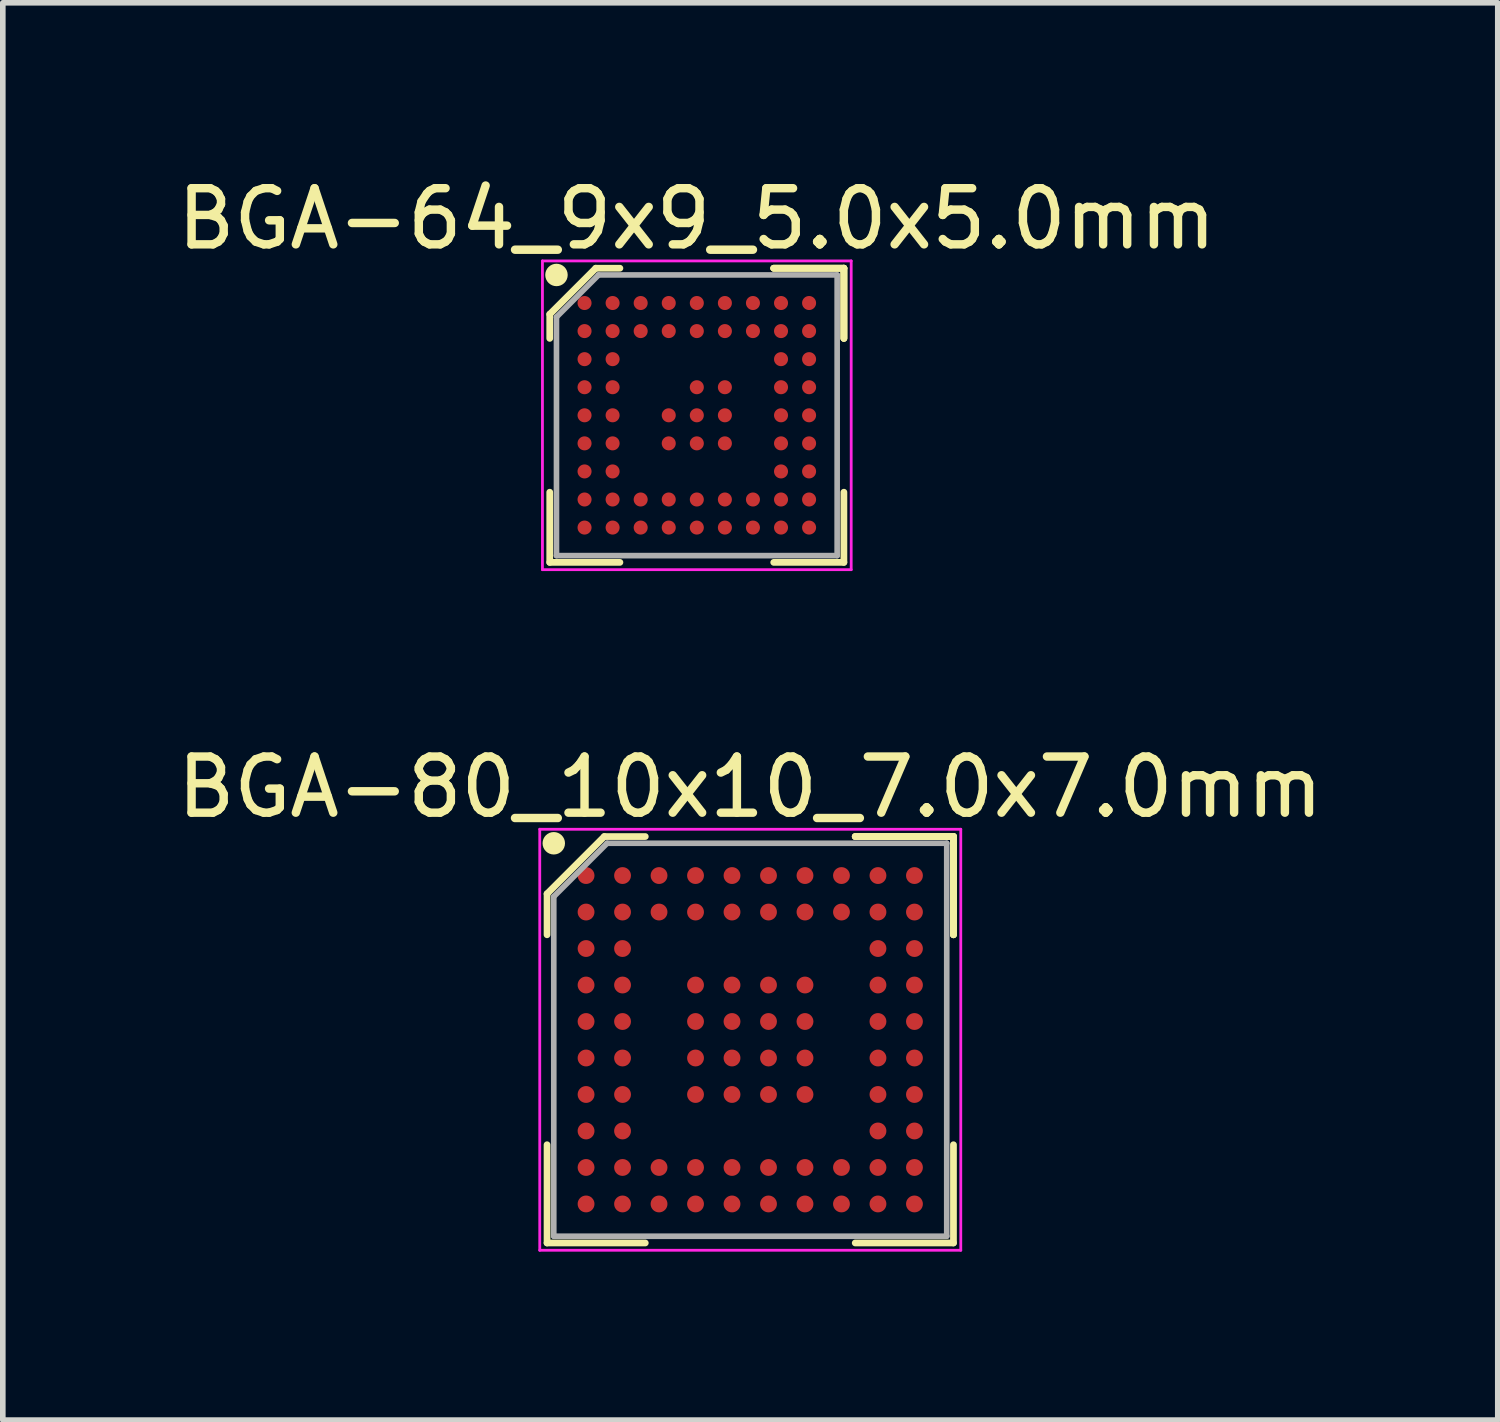
<source format=kicad_pcb>
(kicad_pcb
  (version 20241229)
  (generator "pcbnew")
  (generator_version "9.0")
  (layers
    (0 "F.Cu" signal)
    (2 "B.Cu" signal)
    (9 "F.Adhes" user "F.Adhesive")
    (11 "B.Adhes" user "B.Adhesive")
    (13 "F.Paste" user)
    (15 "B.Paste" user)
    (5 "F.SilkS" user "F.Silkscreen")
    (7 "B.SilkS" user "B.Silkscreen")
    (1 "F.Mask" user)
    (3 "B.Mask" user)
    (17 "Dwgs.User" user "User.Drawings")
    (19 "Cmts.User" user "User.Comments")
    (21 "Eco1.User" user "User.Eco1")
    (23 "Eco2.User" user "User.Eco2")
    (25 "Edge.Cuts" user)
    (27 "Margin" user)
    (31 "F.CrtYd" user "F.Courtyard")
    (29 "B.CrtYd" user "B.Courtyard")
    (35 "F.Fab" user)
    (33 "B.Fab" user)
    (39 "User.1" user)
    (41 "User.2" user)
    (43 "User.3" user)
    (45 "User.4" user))
  (footprint "BGA-64_9x9_5.0x5.0mm"
    (layer "F.Cu")
    (at 9.363 4.348)
    (property "Reference" "BGA-64_9x9_5.0x5.0mm" (at 0 -3.5 0) (layer "F.SilkS") (effects (font (size 1 1) (thickness 0.15))))
    (attr through_hole)
    (fp_line (start -2.62 -1.8) (end -2.62 -1.37) (stroke (width 0.12) (type solid)) (layer "F.SilkS"))
    (fp_line (start -2.62 2.62) (end -2.62 1.37) (stroke (width 0.12) (type solid)) (layer "F.SilkS"))
    (fp_line (start -1.8 -2.62) (end -2.62 -1.8) (stroke (width 0.12) (type solid)) (layer "F.SilkS"))
    (fp_line (start -1.37 -2.62) (end -1.8 -2.62) (stroke (width 0.12) (type solid)) (layer "F.SilkS"))
    (fp_line (start -1.37 2.62) (end -2.62 2.62) (stroke (width 0.12) (type solid)) (layer "F.SilkS"))
    (fp_line (start 1.37 -2.62) (end 2.62 -2.62) (stroke (width 0.12) (type solid)) (layer "F.SilkS"))
    (fp_line (start 1.37 -2.62) (end 2.62 -2.62) (stroke (width 0.12) (type solid)) (layer "F.SilkS"))
    (fp_line (start 1.37 -2.62) (end 2.62 -2.62) (stroke (width 0.12) (type solid)) (layer "F.SilkS"))
    (fp_line (start 1.37 2.62) (end 2.62 2.62) (stroke (width 0.12) (type solid)) (layer "F.SilkS"))
    (fp_line (start 2.62 -2.62) (end 2.62 -1.37) (stroke (width 0.12) (type solid)) (layer "F.SilkS"))
    (fp_line (start 2.62 -2.62) (end 2.62 -1.37) (stroke (width 0.12) (type solid)) (layer "F.SilkS"))
    (fp_line (start 2.62 -2.62) (end 2.62 -1.37) (stroke (width 0.12) (type solid)) (layer "F.SilkS"))
    (fp_line (start 2.62 2.62) (end 2.62 1.37) (stroke (width 0.12) (type solid)) (layer "F.SilkS"))
    (fp_circle (center -2.5 -2.5) (end -2.5 -2.4) (stroke (width 0.2) (type solid)) (fill no) (layer "F.SilkS"))
    (fp_line (start -2.75 -2.75) (end 2.75 -2.75) (stroke (width 0.05) (type solid)) (layer "F.CrtYd"))
    (fp_line (start -2.75 2.75) (end -2.75 -2.75) (stroke (width 0.05) (type solid)) (layer "F.CrtYd"))
    (fp_line (start 2.75 -2.75) (end 2.75 2.75) (stroke (width 0.05) (type solid)) (layer "F.CrtYd"))
    (fp_line (start 2.75 2.75) (end -2.75 2.75) (stroke (width 0.05) (type solid)) (layer "F.CrtYd"))
    (fp_line (start -2.5 -1.75) (end -2.5 2.5) (stroke (width 0.1) (type solid)) (layer "F.Fab"))
    (fp_line (start -2.5 2.5) (end 2.5 2.5) (stroke (width 0.1) (type solid)) (layer "F.Fab"))
    (fp_line (start -1.75 -2.5) (end -2.5 -1.75) (stroke (width 0.1) (type solid)) (layer "F.Fab"))
    (fp_line (start 2.5 -2.5) (end -1.75 -2.5) (stroke (width 0.1) (type solid)) (layer "F.Fab"))
    (fp_line (start 2.5 2.5) (end 2.5 -2.5) (stroke (width 0.1) (type solid)) (layer "F.Fab"))
    (pad "A1" smd circle (at -2 -2) (size 0.25 0.25) (layers "F.Cu" "F.Mask" "F.Paste"))
    (pad "A2" smd circle (at -1.5 -2) (size 0.25 0.25) (layers "F.Cu" "F.Mask" "F.Paste"))
    (pad "A3" smd circle (at -1 -2) (size 0.25 0.25) (layers "F.Cu" "F.Mask" "F.Paste"))
    (pad "A4" smd circle (at -0.5 -2) (size 0.25 0.25) (layers "F.Cu" "F.Mask" "F.Paste"))
    (pad "A5" smd circle (at 0 -2) (size 0.25 0.25) (layers "F.Cu" "F.Mask" "F.Paste"))
    (pad "A6" smd circle (at 0.5 -2) (size 0.25 0.25) (layers "F.Cu" "F.Mask" "F.Paste"))
    (pad "A7" smd circle (at 1 -2) (size 0.25 0.25) (layers "F.Cu" "F.Mask" "F.Paste"))
    (pad "A8" smd circle (at 1.5 -2) (size 0.25 0.25) (layers "F.Cu" "F.Mask" "F.Paste"))
    (pad "A9" smd circle (at 2 -2) (size 0.25 0.25) (layers "F.Cu" "F.Mask" "F.Paste"))
    (pad "B1" smd circle (at -2 -1.5) (size 0.25 0.25) (layers "F.Cu" "F.Mask" "F.Paste"))
    (pad "B2" smd circle (at -1.5 -1.5) (size 0.25 0.25) (layers "F.Cu" "F.Mask" "F.Paste"))
    (pad "B3" smd circle (at -1 -1.5) (size 0.25 0.25) (layers "F.Cu" "F.Mask" "F.Paste"))
    (pad "B4" smd circle (at -0.5 -1.5) (size 0.25 0.25) (layers "F.Cu" "F.Mask" "F.Paste"))
    (pad "B5" smd circle (at 0 -1.5) (size 0.25 0.25) (layers "F.Cu" "F.Mask" "F.Paste"))
    (pad "B6" smd circle (at 0.5 -1.5) (size 0.25 0.25) (layers "F.Cu" "F.Mask" "F.Paste"))
    (pad "B7" smd circle (at 1 -1.5) (size 0.25 0.25) (layers "F.Cu" "F.Mask" "F.Paste"))
    (pad "B8" smd circle (at 1.5 -1.5) (size 0.25 0.25) (layers "F.Cu" "F.Mask" "F.Paste"))
    (pad "B9" smd circle (at 2 -1.5) (size 0.25 0.25) (layers "F.Cu" "F.Mask" "F.Paste"))
    (pad "C1" smd circle (at -2 -1) (size 0.25 0.25) (layers "F.Cu" "F.Mask" "F.Paste"))
    (pad "C2" smd circle (at -1.5 -1) (size 0.25 0.25) (layers "F.Cu" "F.Mask" "F.Paste"))
    (pad "C8" smd circle (at 1.5 -1) (size 0.25 0.25) (layers "F.Cu" "F.Mask" "F.Paste"))
    (pad "C9" smd circle (at 2 -1) (size 0.25 0.25) (layers "F.Cu" "F.Mask" "F.Paste"))
    (pad "D1" smd circle (at -2 -0.5) (size 0.25 0.25) (layers "F.Cu" "F.Mask" "F.Paste"))
    (pad "D2" smd circle (at -1.5 -0.5) (size 0.25 0.25) (layers "F.Cu" "F.Mask" "F.Paste"))
    (pad "D5" smd circle (at 0 -0.5) (size 0.25 0.25) (layers "F.Cu" "F.Mask" "F.Paste"))
    (pad "D6" smd circle (at 0.5 -0.5) (size 0.25 0.25) (layers "F.Cu" "F.Mask" "F.Paste"))
    (pad "D8" smd circle (at 1.5 -0.5) (size 0.25 0.25) (layers "F.Cu" "F.Mask" "F.Paste"))
    (pad "D9" smd circle (at 2 -0.5) (size 0.25 0.25) (layers "F.Cu" "F.Mask" "F.Paste"))
    (pad "E1" smd circle (at -2 0) (size 0.25 0.25) (layers "F.Cu" "F.Mask" "F.Paste"))
    (pad "E2" smd circle (at -1.5 0) (size 0.25 0.25) (layers "F.Cu" "F.Mask" "F.Paste"))
    (pad "E4" smd circle (at -0.5 0) (size 0.25 0.25) (layers "F.Cu" "F.Mask" "F.Paste"))
    (pad "E5" smd circle (at 0 0) (size 0.25 0.25) (layers "F.Cu" "F.Mask" "F.Paste"))
    (pad "E6" smd circle (at 0.5 0) (size 0.25 0.25) (layers "F.Cu" "F.Mask" "F.Paste"))
    (pad "E8" smd circle (at 1.5 0) (size 0.25 0.25) (layers "F.Cu" "F.Mask" "F.Paste"))
    (pad "E9" smd circle (at 2 0) (size 0.25 0.25) (layers "F.Cu" "F.Mask" "F.Paste"))
    (pad "F1" smd circle (at -2 0.5) (size 0.25 0.25) (layers "F.Cu" "F.Mask" "F.Paste"))
    (pad "F2" smd circle (at -1.5 0.5) (size 0.25 0.25) (layers "F.Cu" "F.Mask" "F.Paste"))
    (pad "F4" smd circle (at -0.5 0.5) (size 0.25 0.25) (layers "F.Cu" "F.Mask" "F.Paste"))
    (pad "F5" smd circle (at 0 0.5) (size 0.25 0.25) (layers "F.Cu" "F.Mask" "F.Paste"))
    (pad "F6" smd circle (at 0.5 0.5) (size 0.25 0.25) (layers "F.Cu" "F.Mask" "F.Paste"))
    (pad "F8" smd circle (at 1.5 0.5) (size 0.25 0.25) (layers "F.Cu" "F.Mask" "F.Paste"))
    (pad "F9" smd circle (at 2 0.5) (size 0.25 0.25) (layers "F.Cu" "F.Mask" "F.Paste"))
    (pad "G1" smd circle (at -2 1) (size 0.25 0.25) (layers "F.Cu" "F.Mask" "F.Paste"))
    (pad "G2" smd circle (at -1.5 1) (size 0.25 0.25) (layers "F.Cu" "F.Mask" "F.Paste"))
    (pad "G8" smd circle (at 1.5 1) (size 0.25 0.25) (layers "F.Cu" "F.Mask" "F.Paste"))
    (pad "G9" smd circle (at 2 1) (size 0.25 0.25) (layers "F.Cu" "F.Mask" "F.Paste"))
    (pad "H1" smd circle (at -2 1.5) (size 0.25 0.25) (layers "F.Cu" "F.Mask" "F.Paste"))
    (pad "H2" smd circle (at -1.5 1.5) (size 0.25 0.25) (layers "F.Cu" "F.Mask" "F.Paste"))
    (pad "H3" smd circle (at -1 1.5) (size 0.25 0.25) (layers "F.Cu" "F.Mask" "F.Paste"))
    (pad "H4" smd circle (at -0.5 1.5) (size 0.25 0.25) (layers "F.Cu" "F.Mask" "F.Paste"))
    (pad "H5" smd circle (at 0 1.5) (size 0.25 0.25) (layers "F.Cu" "F.Mask" "F.Paste"))
    (pad "H6" smd circle (at 0.5 1.5) (size 0.25 0.25) (layers "F.Cu" "F.Mask" "F.Paste"))
    (pad "H7" smd circle (at 1 1.5) (size 0.25 0.25) (layers "F.Cu" "F.Mask" "F.Paste"))
    (pad "H8" smd circle (at 1.5 1.5) (size 0.25 0.25) (layers "F.Cu" "F.Mask" "F.Paste"))
    (pad "H9" smd circle (at 2 1.5) (size 0.25 0.25) (layers "F.Cu" "F.Mask" "F.Paste"))
    (pad "J1" smd circle (at -2 2) (size 0.25 0.25) (layers "F.Cu" "F.Mask" "F.Paste"))
    (pad "J2" smd circle (at -1.5 2) (size 0.25 0.25) (layers "F.Cu" "F.Mask" "F.Paste"))
    (pad "J3" smd circle (at -1 2) (size 0.25 0.25) (layers "F.Cu" "F.Mask" "F.Paste"))
    (pad "J4" smd circle (at -0.5 2) (size 0.25 0.25) (layers "F.Cu" "F.Mask" "F.Paste"))
    (pad "J5" smd circle (at 0 2) (size 0.25 0.25) (layers "F.Cu" "F.Mask" "F.Paste"))
    (pad "J6" smd circle (at 0.5 2) (size 0.25 0.25) (layers "F.Cu" "F.Mask" "F.Paste"))
    (pad "J7" smd circle (at 1 2) (size 0.25 0.25) (layers "F.Cu" "F.Mask" "F.Paste"))
    (pad "J8" smd circle (at 1.5 2) (size 0.25 0.25) (layers "F.Cu" "F.Mask" "F.Paste"))
    (pad "J9" smd circle (at 2 2) (size 0.25 0.25) (layers "F.Cu" "F.Mask" "F.Paste")))
  (footprint "BGA-80_10x10_7.0x7.0mm"
    (layer "F.Cu")
    (at 10.315 15.472)
    (property "Reference" "BGA-80_10x10_7.0x7.0mm" (at 0 -4.5 0) (layer "F.SilkS") (effects (font (size 1 1) (thickness 0.15))))
    (attr smd)
    (fp_line (start -3.62 -2.6) (end -3.62 -1.87) (stroke (width 0.12) (type solid)) (layer "F.SilkS"))
    (fp_line (start -3.62 3.62) (end -3.62 1.87) (stroke (width 0.12) (type solid)) (layer "F.SilkS"))
    (fp_line (start -2.6 -3.62) (end -3.62 -2.6) (stroke (width 0.12) (type solid)) (layer "F.SilkS"))
    (fp_line (start -1.87 -3.62) (end -2.6 -3.62) (stroke (width 0.12) (type solid)) (layer "F.SilkS"))
    (fp_line (start -1.87 3.62) (end -3.62 3.62) (stroke (width 0.12) (type solid)) (layer "F.SilkS"))
    (fp_line (start 1.87 -3.62) (end 3.62 -3.62) (stroke (width 0.12) (type solid)) (layer "F.SilkS"))
    (fp_line (start 1.87 -3.62) (end 3.62 -3.62) (stroke (width 0.12) (type solid)) (layer "F.SilkS"))
    (fp_line (start 1.87 -3.62) (end 3.62 -3.62) (stroke (width 0.12) (type solid)) (layer "F.SilkS"))
    (fp_line (start 1.87 3.62) (end 3.62 3.62) (stroke (width 0.12) (type solid)) (layer "F.SilkS"))
    (fp_line (start 3.62 -3.62) (end 3.62 -1.87) (stroke (width 0.12) (type solid)) (layer "F.SilkS"))
    (fp_line (start 3.62 -3.62) (end 3.62 -1.87) (stroke (width 0.12) (type solid)) (layer "F.SilkS"))
    (fp_line (start 3.62 -3.62) (end 3.62 -1.87) (stroke (width 0.12) (type solid)) (layer "F.SilkS"))
    (fp_line (start 3.62 3.62) (end 3.62 1.87) (stroke (width 0.12) (type solid)) (layer "F.SilkS"))
    (fp_circle (center -3.5 -3.5) (end -3.5 -3.4) (stroke (width 0.2) (type solid)) (fill no) (layer "F.SilkS"))
    (fp_line (start -3.75 -3.75) (end 3.75 -3.75) (stroke (width 0.05) (type solid)) (layer "F.CrtYd"))
    (fp_line (start -3.75 3.75) (end -3.75 -3.75) (stroke (width 0.05) (type solid)) (layer "F.CrtYd"))
    (fp_line (start 3.75 -3.75) (end 3.75 3.75) (stroke (width 0.05) (type solid)) (layer "F.CrtYd"))
    (fp_line (start 3.75 3.75) (end -3.75 3.75) (stroke (width 0.05) (type solid)) (layer "F.CrtYd"))
    (fp_line (start -3.5 -2.55) (end -3.5 3.5) (stroke (width 0.1) (type solid)) (layer "F.Fab"))
    (fp_line (start -3.5 3.5) (end 3.5 3.5) (stroke (width 0.1) (type solid)) (layer "F.Fab"))
    (fp_line (start -2.55 -3.5) (end -3.5 -2.55) (stroke (width 0.1) (type solid)) (layer "F.Fab"))
    (fp_line (start 3.5 -3.5) (end -2.55 -3.5) (stroke (width 0.1) (type solid)) (layer "F.Fab"))
    (fp_line (start 3.5 3.5) (end 3.5 -3.5) (stroke (width 0.1) (type solid)) (layer "F.Fab"))
    (pad "A1" smd circle (at -2.925 -2.925) (size 0.3 0.3) (layers "F.Cu" "F.Mask" "F.Paste"))
    (pad "A2" smd circle (at -2.275 -2.925) (size 0.3 0.3) (layers "F.Cu" "F.Mask" "F.Paste"))
    (pad "A3" smd circle (at -1.625 -2.925) (size 0.3 0.3) (layers "F.Cu" "F.Mask" "F.Paste"))
    (pad "A4" smd circle (at -0.975 -2.925) (size 0.3 0.3) (layers "F.Cu" "F.Mask" "F.Paste"))
    (pad "A5" smd circle (at -0.325 -2.925) (size 0.3 0.3) (layers "F.Cu" "F.Mask" "F.Paste"))
    (pad "A6" smd circle (at 0.325 -2.925) (size 0.3 0.3) (layers "F.Cu" "F.Mask" "F.Paste"))
    (pad "A7" smd circle (at 0.975 -2.925) (size 0.3 0.3) (layers "F.Cu" "F.Mask" "F.Paste"))
    (pad "A8" smd circle (at 1.625 -2.925) (size 0.3 0.3) (layers "F.Cu" "F.Mask" "F.Paste"))
    (pad "A9" smd circle (at 2.275 -2.925) (size 0.3 0.3) (layers "F.Cu" "F.Mask" "F.Paste"))
    (pad "A10" smd circle (at 2.925 -2.925) (size 0.3 0.3) (layers "F.Cu" "F.Mask" "F.Paste"))
    (pad "B1" smd circle (at -2.925 -2.275) (size 0.3 0.3) (layers "F.Cu" "F.Mask" "F.Paste"))
    (pad "B2" smd circle (at -2.275 -2.275) (size 0.3 0.3) (layers "F.Cu" "F.Mask" "F.Paste"))
    (pad "B3" smd circle (at -1.625 -2.275) (size 0.3 0.3) (layers "F.Cu" "F.Mask" "F.Paste"))
    (pad "B4" smd circle (at -0.975 -2.275) (size 0.3 0.3) (layers "F.Cu" "F.Mask" "F.Paste"))
    (pad "B5" smd circle (at -0.325 -2.275) (size 0.3 0.3) (layers "F.Cu" "F.Mask" "F.Paste"))
    (pad "B6" smd circle (at 0.325 -2.275) (size 0.3 0.3) (layers "F.Cu" "F.Mask" "F.Paste"))
    (pad "B7" smd circle (at 0.975 -2.275) (size 0.3 0.3) (layers "F.Cu" "F.Mask" "F.Paste"))
    (pad "B8" smd circle (at 1.625 -2.275) (size 0.3 0.3) (layers "F.Cu" "F.Mask" "F.Paste"))
    (pad "B9" smd circle (at 2.275 -2.275) (size 0.3 0.3) (layers "F.Cu" "F.Mask" "F.Paste"))
    (pad "B10" smd circle (at 2.925 -2.275) (size 0.3 0.3) (layers "F.Cu" "F.Mask" "F.Paste"))
    (pad "C1" smd circle (at -2.925 -1.625) (size 0.3 0.3) (layers "F.Cu" "F.Mask" "F.Paste"))
    (pad "C2" smd circle (at -2.275 -1.625) (size 0.3 0.3) (layers "F.Cu" "F.Mask" "F.Paste"))
    (pad "C9" smd circle (at 2.275 -1.625) (size 0.3 0.3) (layers "F.Cu" "F.Mask" "F.Paste"))
    (pad "C10" smd circle (at 2.925 -1.625) (size 0.3 0.3) (layers "F.Cu" "F.Mask" "F.Paste"))
    (pad "D1" smd circle (at -2.925 -0.975) (size 0.3 0.3) (layers "F.Cu" "F.Mask" "F.Paste"))
    (pad "D2" smd circle (at -2.275 -0.975) (size 0.3 0.3) (layers "F.Cu" "F.Mask" "F.Paste"))
    (pad "D4" smd circle (at -0.975 -0.975) (size 0.3 0.3) (layers "F.Cu" "F.Mask" "F.Paste"))
    (pad "D5" smd circle (at -0.325 -0.975) (size 0.3 0.3) (layers "F.Cu" "F.Mask" "F.Paste"))
    (pad "D6" smd circle (at 0.325 -0.975) (size 0.3 0.3) (layers "F.Cu" "F.Mask" "F.Paste"))
    (pad "D7" smd circle (at 0.975 -0.975) (size 0.3 0.3) (layers "F.Cu" "F.Mask" "F.Paste"))
    (pad "D9" smd circle (at 2.275 -0.975) (size 0.3 0.3) (layers "F.Cu" "F.Mask" "F.Paste"))
    (pad "D10" smd circle (at 2.925 -0.975) (size 0.3 0.3) (layers "F.Cu" "F.Mask" "F.Paste"))
    (pad "E1" smd circle (at -2.925 -0.325) (size 0.3 0.3) (layers "F.Cu" "F.Mask" "F.Paste"))
    (pad "E2" smd circle (at -2.275 -0.325) (size 0.3 0.3) (layers "F.Cu" "F.Mask" "F.Paste"))
    (pad "E4" smd circle (at -0.975 -0.325) (size 0.3 0.3) (layers "F.Cu" "F.Mask" "F.Paste"))
    (pad "E5" smd circle (at -0.325 -0.325) (size 0.3 0.3) (layers "F.Cu" "F.Mask" "F.Paste"))
    (pad "E6" smd circle (at 0.325 -0.325) (size 0.3 0.3) (layers "F.Cu" "F.Mask" "F.Paste"))
    (pad "E7" smd circle (at 0.975 -0.325) (size 0.3 0.3) (layers "F.Cu" "F.Mask" "F.Paste"))
    (pad "E9" smd circle (at 2.275 -0.325) (size 0.3 0.3) (layers "F.Cu" "F.Mask" "F.Paste"))
    (pad "E10" smd circle (at 2.925 -0.325) (size 0.3 0.3) (layers "F.Cu" "F.Mask" "F.Paste"))
    (pad "F1" smd circle (at -2.925 0.325) (size 0.3 0.3) (layers "F.Cu" "F.Mask" "F.Paste"))
    (pad "F2" smd circle (at -2.275 0.325) (size 0.3 0.3) (layers "F.Cu" "F.Mask" "F.Paste"))
    (pad "F4" smd circle (at -0.975 0.325) (size 0.3 0.3) (layers "F.Cu" "F.Mask" "F.Paste"))
    (pad "F5" smd circle (at -0.325 0.325) (size 0.3 0.3) (layers "F.Cu" "F.Mask" "F.Paste"))
    (pad "F6" smd circle (at 0.325 0.325) (size 0.3 0.3) (layers "F.Cu" "F.Mask" "F.Paste"))
    (pad "F7" smd circle (at 0.975 0.325) (size 0.3 0.3) (layers "F.Cu" "F.Mask" "F.Paste"))
    (pad "F9" smd circle (at 2.275 0.325) (size 0.3 0.3) (layers "F.Cu" "F.Mask" "F.Paste"))
    (pad "F10" smd circle (at 2.925 0.325) (size 0.3 0.3) (layers "F.Cu" "F.Mask" "F.Paste"))
    (pad "G1" smd circle (at -2.925 0.975) (size 0.3 0.3) (layers "F.Cu" "F.Mask" "F.Paste"))
    (pad "G2" smd circle (at -2.275 0.975) (size 0.3 0.3) (layers "F.Cu" "F.Mask" "F.Paste"))
    (pad "G4" smd circle (at -0.975 0.975) (size 0.3 0.3) (layers "F.Cu" "F.Mask" "F.Paste"))
    (pad "G5" smd circle (at -0.325 0.975) (size 0.3 0.3) (layers "F.Cu" "F.Mask" "F.Paste"))
    (pad "G6" smd circle (at 0.325 0.975) (size 0.3 0.3) (layers "F.Cu" "F.Mask" "F.Paste"))
    (pad "G7" smd circle (at 0.975 0.975) (size 0.3 0.3) (layers "F.Cu" "F.Mask" "F.Paste"))
    (pad "G9" smd circle (at 2.275 0.975) (size 0.3 0.3) (layers "F.Cu" "F.Mask" "F.Paste"))
    (pad "G10" smd circle (at 2.925 0.975) (size 0.3 0.3) (layers "F.Cu" "F.Mask" "F.Paste"))
    (pad "H1" smd circle (at -2.925 1.625) (size 0.3 0.3) (layers "F.Cu" "F.Mask" "F.Paste"))
    (pad "H2" smd circle (at -2.275 1.625) (size 0.3 0.3) (layers "F.Cu" "F.Mask" "F.Paste"))
    (pad "H9" smd circle (at 2.275 1.625) (size 0.3 0.3) (layers "F.Cu" "F.Mask" "F.Paste"))
    (pad "H10" smd circle (at 2.925 1.625) (size 0.3 0.3) (layers "F.Cu" "F.Mask" "F.Paste"))
    (pad "J1" smd circle (at -2.925 2.275) (size 0.3 0.3) (layers "F.Cu" "F.Mask" "F.Paste"))
    (pad "J2" smd circle (at -2.275 2.275) (size 0.3 0.3) (layers "F.Cu" "F.Mask" "F.Paste"))
    (pad "J3" smd circle (at -1.625 2.275) (size 0.3 0.3) (layers "F.Cu" "F.Mask" "F.Paste"))
    (pad "J4" smd circle (at -0.975 2.275) (size 0.3 0.3) (layers "F.Cu" "F.Mask" "F.Paste"))
    (pad "J5" smd circle (at -0.325 2.275) (size 0.3 0.3) (layers "F.Cu" "F.Mask" "F.Paste"))
    (pad "J6" smd circle (at 0.325 2.275) (size 0.3 0.3) (layers "F.Cu" "F.Mask" "F.Paste"))
    (pad "J7" smd circle (at 0.975 2.275) (size 0.3 0.3) (layers "F.Cu" "F.Mask" "F.Paste"))
    (pad "J8" smd circle (at 1.625 2.275) (size 0.3 0.3) (layers "F.Cu" "F.Mask" "F.Paste"))
    (pad "J9" smd circle (at 2.275 2.275) (size 0.3 0.3) (layers "F.Cu" "F.Mask" "F.Paste"))
    (pad "J10" smd circle (at 2.925 2.275) (size 0.3 0.3) (layers "F.Cu" "F.Mask" "F.Paste"))
    (pad "K1" smd circle (at -2.925 2.925) (size 0.3 0.3) (layers "F.Cu" "F.Mask" "F.Paste"))
    (pad "K2" smd circle (at -2.275 2.925) (size 0.3 0.3) (layers "F.Cu" "F.Mask" "F.Paste"))
    (pad "K3" smd circle (at -1.625 2.925) (size 0.3 0.3) (layers "F.Cu" "F.Mask" "F.Paste"))
    (pad "K4" smd circle (at -0.975 2.925) (size 0.3 0.3) (layers "F.Cu" "F.Mask" "F.Paste"))
    (pad "K5" smd circle (at -0.325 2.925) (size 0.3 0.3) (layers "F.Cu" "F.Mask" "F.Paste"))
    (pad "K6" smd circle (at 0.325 2.925) (size 0.3 0.3) (layers "F.Cu" "F.Mask" "F.Paste"))
    (pad "K7" smd circle (at 0.975 2.925) (size 0.3 0.3) (layers "F.Cu" "F.Mask" "F.Paste"))
    (pad "K8" smd circle (at 1.625 2.925) (size 0.3 0.3) (layers "F.Cu" "F.Mask" "F.Paste"))
    (pad "K9" smd circle (at 2.275 2.925) (size 0.3 0.3) (layers "F.Cu" "F.Mask" "F.Paste"))
    (pad "K10" smd circle (at 2.925 2.925) (size 0.3 0.3) (layers "F.Cu" "F.Mask" "F.Paste")))
  (gr_rect
    (start -3 -3)
    (end 23.631 22.247)
    (stroke (width 0.1) (type default))
    (fill no)
    (layer "Edge.Cuts")))
</source>
